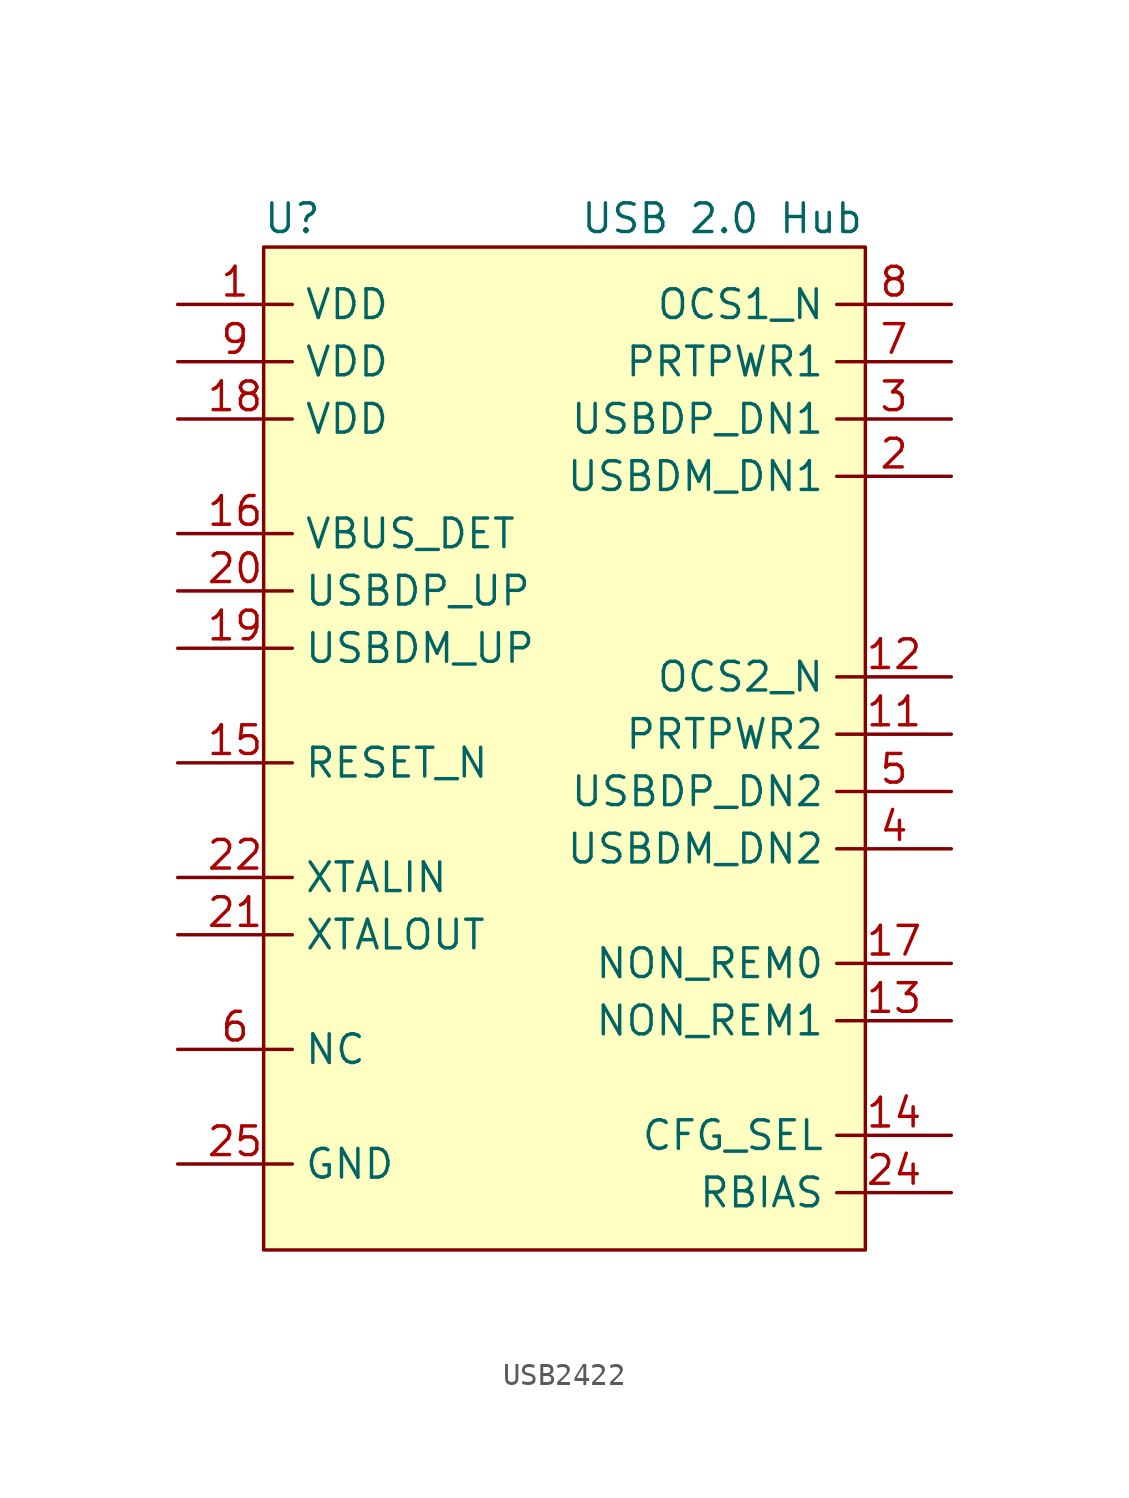
<source format=kicad_sym>
(kicad_symbol_lib
  (version 20220914)
  (generator kicad_symbol_editor)
  (symbol "USB2422"
    (property "Reference" "U"
      (at 5.08 3.81 0)
      (effects (font (size 1.27 1.27))))
    (property "Value" "USB 2.0 Hub"
      (at 24.13 3.81 0)
      (effects (font (size 1.27 1.27))))
    (property "ki_locked" ""
      (at 0 0 0)
      (effects (font (size 1.27 1.27))))
    (symbol "USB2422_1_1"
      (rectangle (start 3.81 2.54) (end 30.48 -41.91) (stroke (width 0) (type default)) (fill (type background)))
      (pin power_in line (at 0 0 0) (length 5.08) (name "VDD" (effects (font (size 1.27 1.27)))) (number "1" (effects (font (size 1.27 1.27)))))
      (pin output line (at 34.29 -19.05 180) (length 5.08) (name "PRTPWR2" (effects (font (size 1.27 1.27)))) (number "11" (effects (font (size 1.27 1.27)))))
      (pin input line (at 34.29 -16.51 180) (length 5.08) (name "OCS2_N" (effects (font (size 1.27 1.27)))) (number "12" (effects (font (size 1.27 1.27)))))
      (pin input line (at 34.29 -31.75 180) (length 5.08) (name "NON_REM1" (effects (font (size 1.27 1.27)))) (number "13" (effects (font (size 1.27 1.27)))))
      (pin input line (at 34.29 -36.83 180) (length 5.08) (name "CFG_SEL" (effects (font (size 1.27 1.27)))) (number "14" (effects (font (size 1.27 1.27)))))
      (pin input line (at 0 -20.32 0) (length 5.08) (name "RESET_N" (effects (font (size 1.27 1.27)))) (number "15" (effects (font (size 1.27 1.27)))))
      (pin input line (at 0 -10.16 0) (length 5.08) (name "VBUS_DET" (effects (font (size 1.27 1.27)))) (number "16" (effects (font (size 1.27 1.27)))))
      (pin input line (at 34.29 -29.21 180) (length 5.08) (name "NON_REM0" (effects (font (size 1.27 1.27)))) (number "17" (effects (font (size 1.27 1.27)))))
      (pin power_in line (at 0 -5.08 0) (length 5.08) (name "VDD" (effects (font (size 1.27 1.27)))) (number "18" (effects (font (size 1.27 1.27)))))
      (pin bidirectional line (at 0 -15.24 0) (length 5.08) (name "USBDM_UP" (effects (font (size 1.27 1.27)))) (number "19" (effects (font (size 1.27 1.27)))))
      (pin bidirectional line (at 34.29 -7.62 180) (length 5.08) (name "USBDM_DN1" (effects (font (size 1.27 1.27)))) (number "2" (effects (font (size 1.27 1.27)))))
      (pin bidirectional line (at 0 -12.7 0) (length 5.08) (name "USBDP_UP" (effects (font (size 1.27 1.27)))) (number "20" (effects (font (size 1.27 1.27)))))
      (pin output line (at 0 -27.94 0) (length 5.08) (name "XTALOUT" (effects (font (size 1.27 1.27)))) (number "21" (effects (font (size 1.27 1.27)))))
      (pin input line (at 0 -25.4 0) (length 5.08) (name "XTALIN" (effects (font (size 1.27 1.27)))) (number "22" (effects (font (size 1.27 1.27)))))
      (pin input line (at 34.29 -39.37 180) (length 5.08) (name "RBIAS" (effects (font (size 1.27 1.27)))) (number "24" (effects (font (size 1.27 1.27)))))
      (pin input line (at 0 -38.1 0) (length 5.08) (name "GND" (effects (font (size 1.27 1.27)))) (number "25" (effects (font (size 1.27 1.27)))))
      (pin bidirectional line (at 34.29 -5.08 180) (length 5.08) (name "USBDP_DN1" (effects (font (size 1.27 1.27)))) (number "3" (effects (font (size 1.27 1.27)))))
      (pin bidirectional line (at 34.29 -24.13 180) (length 5.08) (name "USBDM_DN2" (effects (font (size 1.27 1.27)))) (number "4" (effects (font (size 1.27 1.27)))))
      (pin bidirectional line (at 34.29 -21.59 180) (length 5.08) (name "USBDP_DN2" (effects (font (size 1.27 1.27)))) (number "5" (effects (font (size 1.27 1.27)))))
      (pin input line (at 0 -33.02 0) (length 5.08) (name "NC" (effects (font (size 1.27 1.27)))) (number "6" (effects (font (size 1.27 1.27)))))
      (pin output line (at 34.29 -2.54 180) (length 5.08) (name "PRTPWR1" (effects (font (size 1.27 1.27)))) (number "7" (effects (font (size 1.27 1.27)))))
      (pin input line (at 34.29 0 180) (length 5.08) (name "OCS1_N" (effects (font (size 1.27 1.27)))) (number "8" (effects (font (size 1.27 1.27)))))
      (pin power_in line (at 0 -2.54 0) (length 5.08) (name "VDD" (effects (font (size 1.27 1.27)))) (number "9" (effects (font (size 1.27 1.27))))))))
</source>
